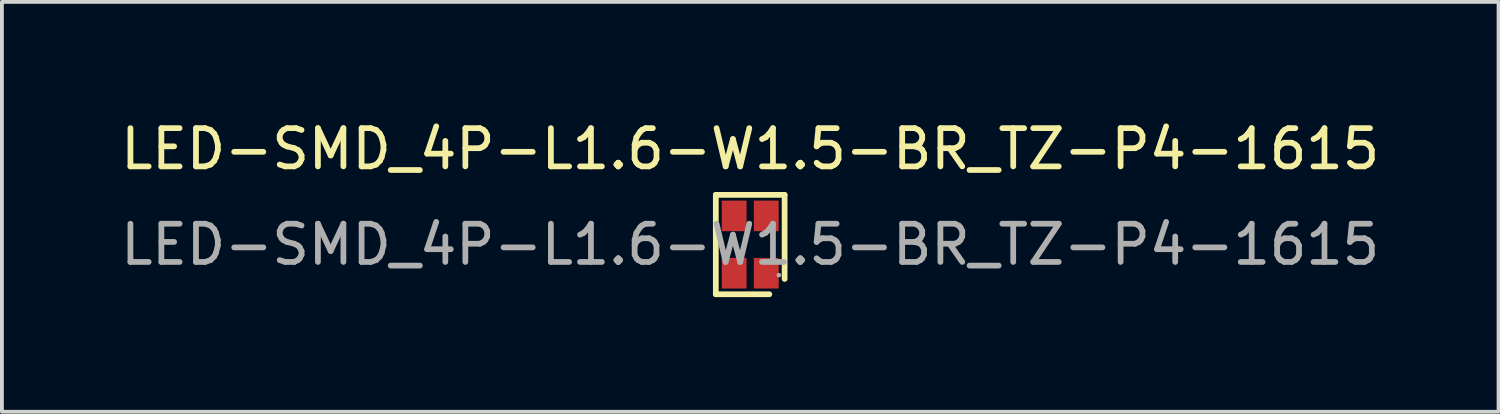
<source format=kicad_pcb>
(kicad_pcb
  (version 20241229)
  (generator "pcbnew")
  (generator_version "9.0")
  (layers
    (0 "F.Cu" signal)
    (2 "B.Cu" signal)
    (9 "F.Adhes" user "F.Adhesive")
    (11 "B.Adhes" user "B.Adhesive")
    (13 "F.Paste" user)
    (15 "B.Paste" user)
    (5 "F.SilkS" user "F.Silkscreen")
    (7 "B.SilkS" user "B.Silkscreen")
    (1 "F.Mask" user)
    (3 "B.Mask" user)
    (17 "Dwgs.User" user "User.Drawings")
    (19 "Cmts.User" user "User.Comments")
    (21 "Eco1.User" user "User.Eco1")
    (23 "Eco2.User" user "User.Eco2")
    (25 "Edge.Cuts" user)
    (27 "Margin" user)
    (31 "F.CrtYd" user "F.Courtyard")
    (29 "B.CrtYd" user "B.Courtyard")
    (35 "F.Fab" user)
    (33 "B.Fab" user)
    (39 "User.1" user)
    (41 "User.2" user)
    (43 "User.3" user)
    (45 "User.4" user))
  (footprint "LED-SMD_4P-L1.6-W1.5-BR_TZ-P4-1615"
    (layer "F.Cu")
    (at 16.577 3.348)
    (property "Reference" "LED-SMD_4P-L1.6-W1.5-BR_TZ-P4-1615" (at 0 -2.5 0) (layer "F.SilkS") (effects (font (size 1 1) (thickness 0.15))))
    (attr smd)
    (fp_line (start -0.9 -1.3) (end 0.9 -1.3) (stroke (width 0.15) (type default)) (layer "F.SilkS"))
    (fp_line (start -0.9 1.3) (end -0.9 -1.3) (stroke (width 0.15) (type default)) (layer "F.SilkS"))
    (fp_line (start -0.9 1.3) (end 0.5 1.3) (stroke (width 0.15) (type default)) (layer "F.SilkS"))
    (fp_line (start 0.9 -1.3) (end 0.9 0.9) (stroke (width 0.15) (type default)) (layer "F.SilkS"))
    (fp_circle (center 0.75 0.8) (end 0.78 0.8) (stroke (width 0.06) (type solid)) (fill no) (layer "F.Fab"))
    (fp_text user "${REFERENCE}" (at 0 0 0) (layer "F.Fab") (effects (font (size 1 1) (thickness 0.15))))
    (pad "1" smd rect (at 0.42 0.75) (size 0.65 0.8) (layers "F.Cu" "F.Mask" "F.Paste"))
    (pad "2" smd rect (at -0.42 0.75) (size 0.65 0.8) (layers "F.Cu" "F.Mask" "F.Paste"))
    (pad "3" smd rect (at -0.42 -0.75) (size 0.65 0.8) (layers "F.Cu" "F.Mask" "F.Paste"))
    (pad "4" smd rect (at 0.42 -0.75) (size 0.65 0.8) (layers "F.Cu" "F.Mask" "F.Paste")))
  (gr_rect
    (start -3 -3)
    (end 36.155 7.723)
    (stroke (width 0.1) (type default))
    (fill no)
    (layer "Edge.Cuts")))
</source>
